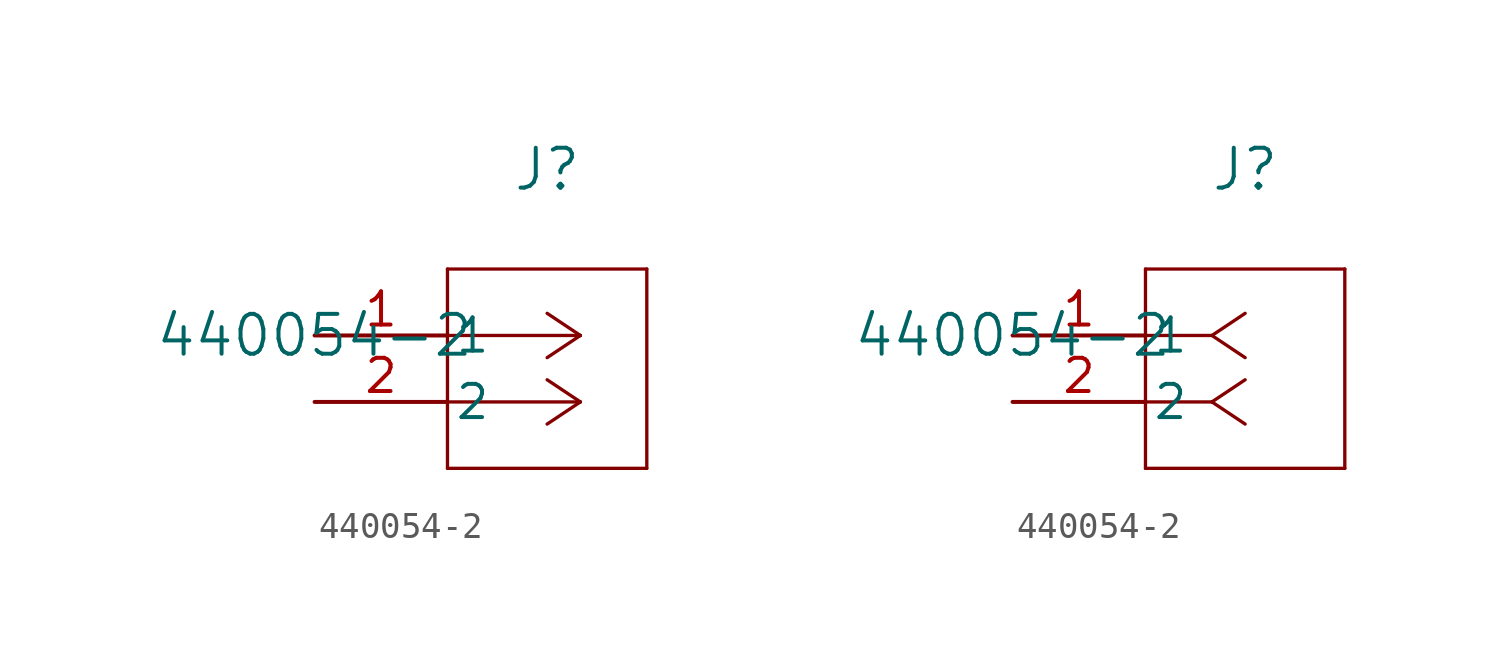
<source format=kicad_sym>
(kicad_symbol_lib
  (version 20211014)
  (generator kicad_symbol_editor)
  (symbol "440054-2"
    (pin_names
      (offset 0.254))
    (property "Reference" "J"
      (at 8.89 6.35 0)
      (effects (font (size 1.524 1.524))))
    (property "Value" "440054-2"
      (at 0 0 0)
      (effects (font (size 1.524 1.524))))
    (symbol "440054-2_1_1"
      (polyline (pts (xy 10.16 0) (xy 5.08 0)) (stroke (width 0.127) (type default) (color 0 0 0 0)) (fill (type none)))
      (polyline (pts (xy 10.16 -2.54) (xy 5.08 -2.54)) (stroke (width 0.127) (type default) (color 0 0 0 0)) (fill (type none)))
      (polyline (pts (xy 10.16 0) (xy 8.89 0.847)) (stroke (width 0.127) (type default) (color 0 0 0 0)) (fill (type none)))
      (polyline (pts (xy 10.16 -2.54) (xy 8.89 -1.693)) (stroke (width 0.127) (type default) (color 0 0 0 0)) (fill (type none)))
      (polyline (pts (xy 10.16 0) (xy 8.89 -0.847)) (stroke (width 0.127) (type default) (color 0 0 0 0)) (fill (type none)))
      (polyline (pts (xy 10.16 -2.54) (xy 8.89 -3.387)) (stroke (width 0.127) (type default) (color 0 0 0 0)) (fill (type none)))
      (polyline (pts (xy 5.08 2.54) (xy 5.08 -5.08)) (stroke (width 0.127) (type default) (color 0 0 0 0)) (fill (type none)))
      (polyline (pts (xy 5.08 -5.08) (xy 12.7 -5.08)) (stroke (width 0.127) (type default) (color 0 0 0 0)) (fill (type none)))
      (polyline (pts (xy 12.7 -5.08) (xy 12.7 2.54)) (stroke (width 0.127) (type default) (color 0 0 0 0)) (fill (type none)))
      (polyline (pts (xy 12.7 2.54) (xy 5.08 2.54)) (stroke (width 0.127) (type default) (color 0 0 0 0)) (fill (type none)))
      (pin unspecified line (at 0 0 0) (length 5.08) (name "1" (effects (font (size 1.27 1.27)))) (number "1" (effects (font (size 1.27 1.27)))))
      (pin unspecified line (at 0 -2.54 0) (length 5.08) (name "2" (effects (font (size 1.27 1.27)))) (number "2" (effects (font (size 1.27 1.27))))))
    (symbol "440054-2_1_2"
      (polyline (pts (xy 7.62 0) (xy 5.08 0)) (stroke (width 0.127) (type default) (color 0 0 0 0)) (fill (type none)))
      (polyline (pts (xy 7.62 -2.54) (xy 5.08 -2.54)) (stroke (width 0.127) (type default) (color 0 0 0 0)) (fill (type none)))
      (polyline (pts (xy 7.62 0) (xy 8.89 0.847)) (stroke (width 0.127) (type default) (color 0 0 0 0)) (fill (type none)))
      (polyline (pts (xy 7.62 -2.54) (xy 8.89 -1.693)) (stroke (width 0.127) (type default) (color 0 0 0 0)) (fill (type none)))
      (polyline (pts (xy 7.62 0) (xy 8.89 -0.847)) (stroke (width 0.127) (type default) (color 0 0 0 0)) (fill (type none)))
      (polyline (pts (xy 7.62 -2.54) (xy 8.89 -3.387)) (stroke (width 0.127) (type default) (color 0 0 0 0)) (fill (type none)))
      (polyline (pts (xy 5.08 2.54) (xy 5.08 -5.08)) (stroke (width 0.127) (type default) (color 0 0 0 0)) (fill (type none)))
      (polyline (pts (xy 5.08 -5.08) (xy 12.7 -5.08)) (stroke (width 0.127) (type default) (color 0 0 0 0)) (fill (type none)))
      (polyline (pts (xy 12.7 -5.08) (xy 12.7 2.54)) (stroke (width 0.127) (type default) (color 0 0 0 0)) (fill (type none)))
      (polyline (pts (xy 12.7 2.54) (xy 5.08 2.54)) (stroke (width 0.127) (type default) (color 0 0 0 0)) (fill (type none)))
      (pin unspecified line (at 0 0 0) (length 5.08) (name "1" (effects (font (size 1.27 1.27)))) (number "1" (effects (font (size 1.27 1.27)))))
      (pin unspecified line (at 0 -2.54 0) (length 5.08) (name "2" (effects (font (size 1.27 1.27)))) (number "2" (effects (font (size 1.27 1.27))))))))
</source>
